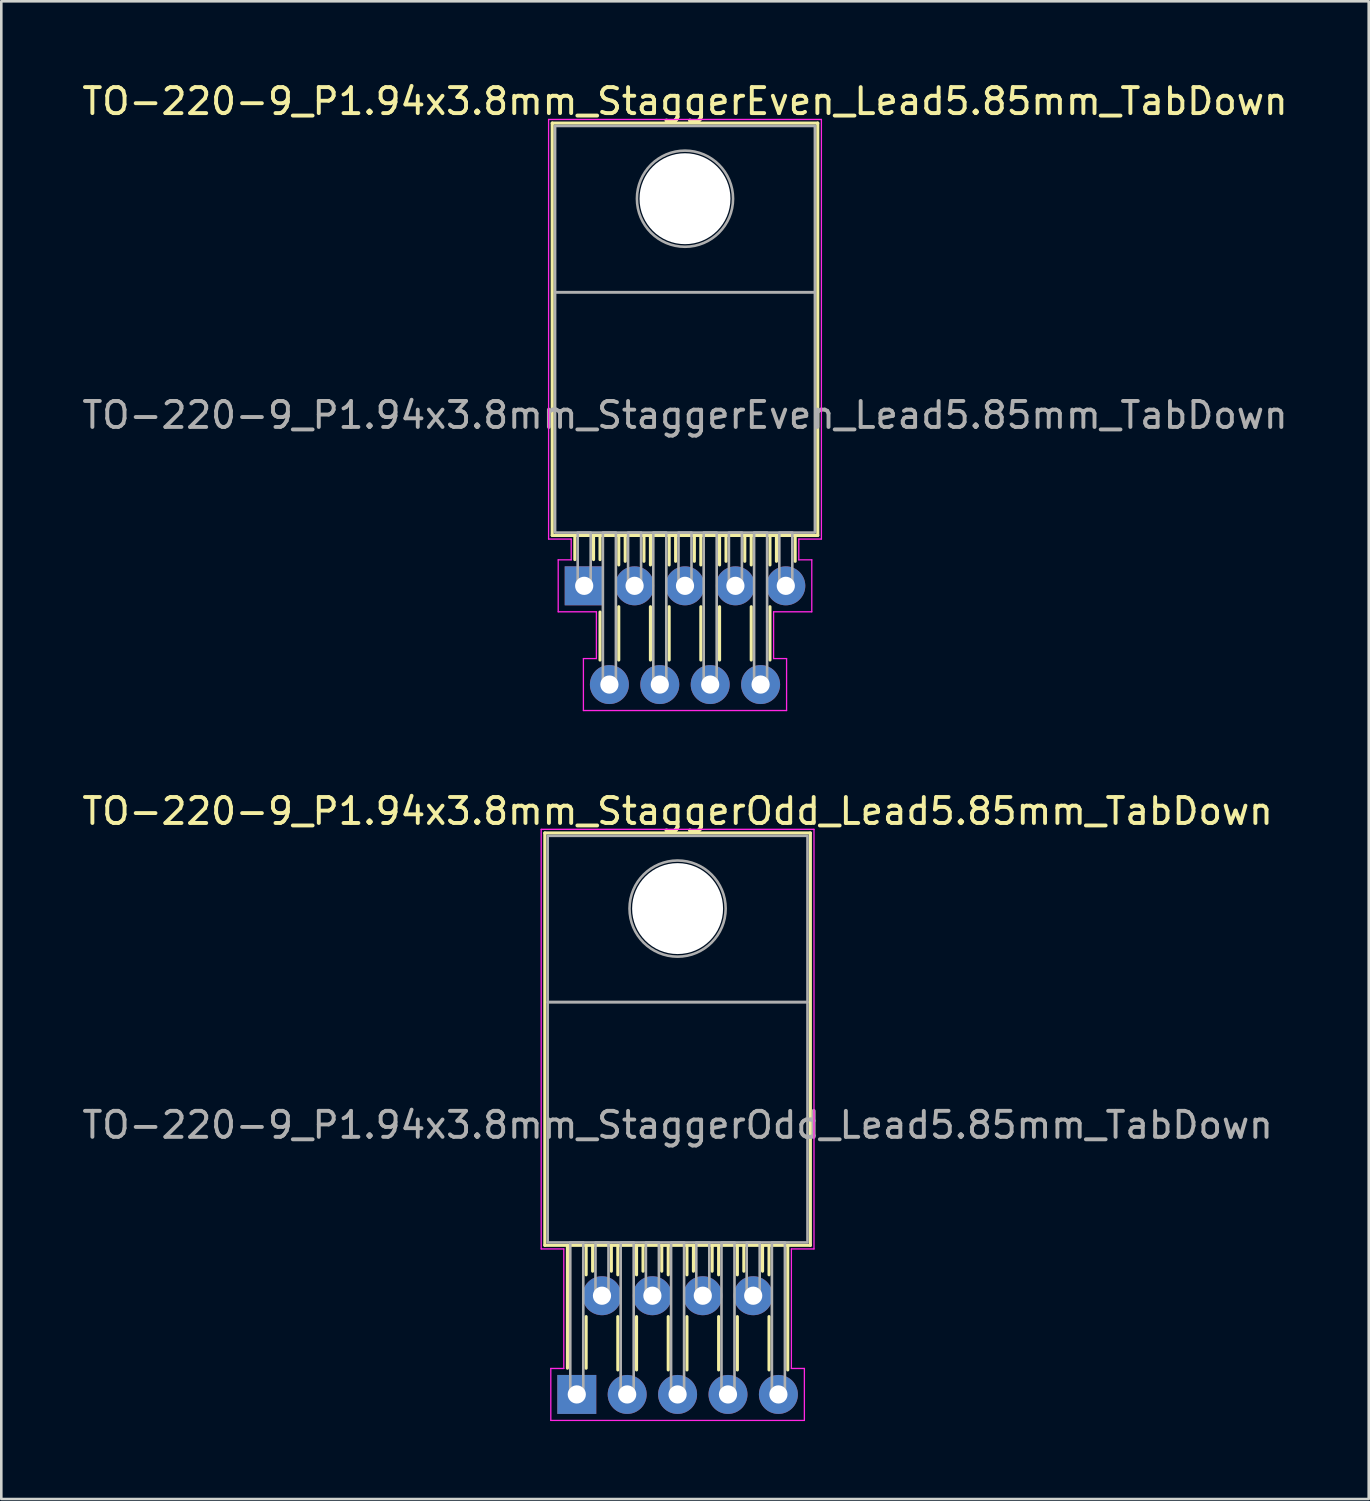
<source format=kicad_pcb>
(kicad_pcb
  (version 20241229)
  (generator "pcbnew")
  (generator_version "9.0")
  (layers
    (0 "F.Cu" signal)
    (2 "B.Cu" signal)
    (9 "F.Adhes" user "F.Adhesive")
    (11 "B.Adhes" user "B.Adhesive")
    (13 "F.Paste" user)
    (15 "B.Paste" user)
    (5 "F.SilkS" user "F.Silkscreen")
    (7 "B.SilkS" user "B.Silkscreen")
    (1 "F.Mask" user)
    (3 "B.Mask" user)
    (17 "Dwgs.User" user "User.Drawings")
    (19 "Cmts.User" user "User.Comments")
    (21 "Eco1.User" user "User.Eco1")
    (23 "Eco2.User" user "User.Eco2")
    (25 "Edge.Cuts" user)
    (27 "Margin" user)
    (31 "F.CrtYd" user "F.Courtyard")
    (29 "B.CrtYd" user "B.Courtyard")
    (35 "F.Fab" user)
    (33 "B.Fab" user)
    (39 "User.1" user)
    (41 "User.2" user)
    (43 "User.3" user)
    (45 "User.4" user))
  (footprint "TO-220-9_P1.94x3.8mm_StaggerEven_Lead5.85mm_TabDown"
    (layer "F.Cu")
    (at 19.435 19.498)
    (property "Reference" "TO-220-9_P1.94x3.8mm_StaggerEven_Lead5.85mm_TabDown" (at 3.88 -18.65 0) (layer "F.SilkS") (effects (font (size 1 1) (thickness 0.15))))
    (attr through_hole)
    (fp_line (start -1.23 -17.81) (end 8.99 -17.81) (stroke (width 0.12) (type solid)) (layer "F.SilkS"))
    (fp_line (start -1.23 -1.94) (end -1.23 -17.81) (stroke (width 0.12) (type solid)) (layer "F.SilkS"))
    (fp_line (start -1.23 -1.94) (end 8.99 -1.94) (stroke (width 0.12) (type solid)) (layer "F.SilkS"))
    (fp_line (start -0.36 -1.94) (end -0.36 -1.01) (stroke (width 0.12) (type solid)) (layer "F.SilkS"))
    (fp_line (start 0.36 -1.94) (end 0.36 -1.01) (stroke (width 0.12) (type solid)) (layer "F.SilkS"))
    (fp_line (start 0.61 -1.94) (end 0.61 -1.01) (stroke (width 0.12) (type solid)) (layer "F.SilkS"))
    (fp_line (start 0.61 1.01) (end 0.61 2.856) (stroke (width 0.12) (type solid)) (layer "F.SilkS"))
    (fp_line (start 1.33 -1.94) (end 1.33 -0.805) (stroke (width 0.12) (type solid)) (layer "F.SilkS"))
    (fp_line (start 1.33 0.805) (end 1.33 2.856) (stroke (width 0.12) (type solid)) (layer "F.SilkS"))
    (fp_line (start 1.58 -1.94) (end 1.58 -0.944) (stroke (width 0.12) (type solid)) (layer "F.SilkS"))
    (fp_line (start 2.3 -1.94) (end 2.3 -0.944) (stroke (width 0.12) (type solid)) (layer "F.SilkS"))
    (fp_line (start 2.55 -1.94) (end 2.55 -0.805) (stroke (width 0.12) (type solid)) (layer "F.SilkS"))
    (fp_line (start 2.55 0.805) (end 2.55 2.856) (stroke (width 0.12) (type solid)) (layer "F.SilkS"))
    (fp_line (start 3.27 -1.94) (end 3.27 -0.805) (stroke (width 0.12) (type solid)) (layer "F.SilkS"))
    (fp_line (start 3.27 0.805) (end 3.27 2.856) (stroke (width 0.12) (type solid)) (layer "F.SilkS"))
    (fp_line (start 3.52 -1.94) (end 3.52 -0.944) (stroke (width 0.12) (type solid)) (layer "F.SilkS"))
    (fp_line (start 4.24 -1.94) (end 4.24 -0.944) (stroke (width 0.12) (type solid)) (layer "F.SilkS"))
    (fp_line (start 4.49 -1.94) (end 4.49 -0.805) (stroke (width 0.12) (type solid)) (layer "F.SilkS"))
    (fp_line (start 4.49 0.805) (end 4.49 2.856) (stroke (width 0.12) (type solid)) (layer "F.SilkS"))
    (fp_line (start 5.21 -1.94) (end 5.21 -0.805) (stroke (width 0.12) (type solid)) (layer "F.SilkS"))
    (fp_line (start 5.21 0.805) (end 5.21 2.856) (stroke (width 0.12) (type solid)) (layer "F.SilkS"))
    (fp_line (start 5.46 -1.94) (end 5.46 -0.944) (stroke (width 0.12) (type solid)) (layer "F.SilkS"))
    (fp_line (start 6.18 -1.94) (end 6.18 -0.944) (stroke (width 0.12) (type solid)) (layer "F.SilkS"))
    (fp_line (start 6.43 -1.94) (end 6.43 -0.805) (stroke (width 0.12) (type solid)) (layer "F.SilkS"))
    (fp_line (start 6.43 0.805) (end 6.43 2.856) (stroke (width 0.12) (type solid)) (layer "F.SilkS"))
    (fp_line (start 7.15 -1.94) (end 7.15 -0.805) (stroke (width 0.12) (type solid)) (layer "F.SilkS"))
    (fp_line (start 7.15 0.805) (end 7.15 2.856) (stroke (width 0.12) (type solid)) (layer "F.SilkS"))
    (fp_line (start 7.4 -1.94) (end 7.4 -0.944) (stroke (width 0.12) (type solid)) (layer "F.SilkS"))
    (fp_line (start 8.12 -1.94) (end 8.12 -0.944) (stroke (width 0.12) (type solid)) (layer "F.SilkS"))
    (fp_line (start 8.99 -1.94) (end 8.99 -17.81) (stroke (width 0.12) (type solid)) (layer "F.SilkS"))
    (fp_line (start -1.37 -17.95) (end 9.13 -17.95) (stroke (width 0.05) (type solid)) (layer "F.CrtYd"))
    (fp_line (start -1.37 -1.8) (end -1.37 -17.95) (stroke (width 0.05) (type solid)) (layer "F.CrtYd"))
    (fp_line (start -1 -1) (end -0.5 -1) (stroke (width 0.05) (type solid)) (layer "F.CrtYd"))
    (fp_line (start -1 1) (end -1 -1) (stroke (width 0.05) (type solid)) (layer "F.CrtYd"))
    (fp_line (start -0.5 -1.8) (end -1.37 -1.8) (stroke (width 0.05) (type solid)) (layer "F.CrtYd"))
    (fp_line (start -0.5 -1) (end -0.5 -1.8) (stroke (width 0.05) (type solid)) (layer "F.CrtYd"))
    (fp_line (start -0.03 2.8) (end 0.47 2.8) (stroke (width 0.05) (type solid)) (layer "F.CrtYd"))
    (fp_line (start -0.03 4.8) (end -0.03 2.8) (stroke (width 0.05) (type solid)) (layer "F.CrtYd"))
    (fp_line (start 0.47 1) (end -1 1) (stroke (width 0.05) (type solid)) (layer "F.CrtYd"))
    (fp_line (start 0.47 2.8) (end 0.47 1) (stroke (width 0.05) (type solid)) (layer "F.CrtYd"))
    (fp_line (start 7.29 1) (end 7.29 2.8) (stroke (width 0.05) (type solid)) (layer "F.CrtYd"))
    (fp_line (start 7.29 2.8) (end 7.79 2.8) (stroke (width 0.05) (type solid)) (layer "F.CrtYd"))
    (fp_line (start 7.79 2.8) (end 7.79 4.8) (stroke (width 0.05) (type solid)) (layer "F.CrtYd"))
    (fp_line (start 7.79 4.8) (end -0.03 4.8) (stroke (width 0.05) (type solid)) (layer "F.CrtYd"))
    (fp_line (start 8.26 -1.8) (end 8.26 -1) (stroke (width 0.05) (type solid)) (layer "F.CrtYd"))
    (fp_line (start 8.26 -1) (end 8.76 -1) (stroke (width 0.05) (type solid)) (layer "F.CrtYd"))
    (fp_line (start 8.76 -1) (end 8.76 1) (stroke (width 0.05) (type solid)) (layer "F.CrtYd"))
    (fp_line (start 8.76 1) (end 7.29 1) (stroke (width 0.05) (type solid)) (layer "F.CrtYd"))
    (fp_line (start 9.13 -17.95) (end 9.13 -1.8) (stroke (width 0.05) (type solid)) (layer "F.CrtYd"))
    (fp_line (start 9.13 -1.8) (end 8.26 -1.8) (stroke (width 0.05) (type solid)) (layer "F.CrtYd"))
    (fp_rect (start -1.12 -17.7) (end 8.88 -11.3) (stroke (width 0.1) (type solid)) (fill no) (layer "F.Fab"))
    (fp_rect (start -1.12 -11.3) (end 8.88 -2.05) (stroke (width 0.1) (type solid)) (fill no) (layer "F.Fab"))
    (fp_rect (start -0.25 -2.05) (end 0.25 0) (stroke (width 0.1) (type solid)) (fill no) (layer "F.Fab"))
    (fp_rect (start 0.72 -2.05) (end 1.22 3.8) (stroke (width 0.1) (type solid)) (fill no) (layer "F.Fab"))
    (fp_rect (start 1.69 -2.05) (end 2.19 0) (stroke (width 0.1) (type solid)) (fill no) (layer "F.Fab"))
    (fp_rect (start 2.66 -2.05) (end 3.16 3.8) (stroke (width 0.1) (type solid)) (fill no) (layer "F.Fab"))
    (fp_rect (start 3.63 -2.05) (end 4.13 0) (stroke (width 0.1) (type solid)) (fill no) (layer "F.Fab"))
    (fp_rect (start 4.6 -2.05) (end 5.1 3.8) (stroke (width 0.1) (type solid)) (fill no) (layer "F.Fab"))
    (fp_rect (start 5.57 -2.05) (end 6.07 0) (stroke (width 0.1) (type solid)) (fill no) (layer "F.Fab"))
    (fp_rect (start 6.54 -2.05) (end 7.04 3.8) (stroke (width 0.1) (type solid)) (fill no) (layer "F.Fab"))
    (fp_rect (start 7.51 -2.05) (end 8.01 0) (stroke (width 0.1) (type solid)) (fill no) (layer "F.Fab"))
    (fp_circle (center 3.88 -14.9) (end 5.73 -14.9) (stroke (width 0.1) (type solid)) (fill no) (layer "F.Fab"))
    (fp_text user "${REFERENCE}" (at 3.88 -6.57 0) (layer "F.Fab") (effects (font (size 1 1) (thickness 0.15))))
    (pad "" np_thru_hole circle (at 3.88 -14.9) (size 3.5 3.5) (drill 3.5) (layers "*.Cu" "*.Mask"))
    (pad "1" thru_hole rect (at 0 0) (size 1.5 1.5) (drill 0.7) (layers "*.Cu" "*.Mask"))
    (pad "2" thru_hole circle (at 0.97 3.8) (size 1.5 1.5) (drill 0.7) (layers "*.Cu" "*.Mask"))
    (pad "3" thru_hole circle (at 1.94 0) (size 1.5 1.5) (drill 0.7) (layers "*.Cu" "*.Mask"))
    (pad "4" thru_hole circle (at 2.91 3.8) (size 1.5 1.5) (drill 0.7) (layers "*.Cu" "*.Mask"))
    (pad "5" thru_hole circle (at 3.88 0) (size 1.5 1.5) (drill 0.7) (layers "*.Cu" "*.Mask"))
    (pad "6" thru_hole circle (at 4.85 3.8) (size 1.5 1.5) (drill 0.7) (layers "*.Cu" "*.Mask"))
    (pad "7" thru_hole circle (at 5.82 0) (size 1.5 1.5) (drill 0.7) (layers "*.Cu" "*.Mask"))
    (pad "8" thru_hole circle (at 6.79 3.8) (size 1.5 1.5) (drill 0.7) (layers "*.Cu" "*.Mask"))
    (pad "9" thru_hole circle (at 7.76 0) (size 1.5 1.5) (drill 0.7) (layers "*.Cu" "*.Mask")))
  (footprint "TO-220-9_P1.94x3.8mm_StaggerOdd_Lead5.85mm_TabDown"
    (layer "F.Cu")
    (at 19.15 50.621)
    (property "Reference" "TO-220-9_P1.94x3.8mm_StaggerOdd_Lead5.85mm_TabDown" (at 3.88 -22.45 0) (layer "F.SilkS") (effects (font (size 1 1) (thickness 0.15))))
    (attr through_hole)
    (fp_line (start -1.23 -21.61) (end 8.99 -21.61) (stroke (width 0.12) (type solid)) (layer "F.SilkS"))
    (fp_line (start -1.23 -5.74) (end -1.23 -21.61) (stroke (width 0.12) (type solid)) (layer "F.SilkS"))
    (fp_line (start -1.23 -5.74) (end 8.99 -5.74) (stroke (width 0.12) (type solid)) (layer "F.SilkS"))
    (fp_line (start -0.36 -5.74) (end -0.36 -1.01) (stroke (width 0.12) (type solid)) (layer "F.SilkS"))
    (fp_line (start 0.36 -5.74) (end 0.36 -4.605) (stroke (width 0.12) (type solid)) (layer "F.SilkS"))
    (fp_line (start 0.36 -2.995) (end 0.36 -1.01) (stroke (width 0.12) (type solid)) (layer "F.SilkS"))
    (fp_line (start 0.61 -5.74) (end 0.61 -4.744) (stroke (width 0.12) (type solid)) (layer "F.SilkS"))
    (fp_line (start 1.33 -5.74) (end 1.33 -4.744) (stroke (width 0.12) (type solid)) (layer "F.SilkS"))
    (fp_line (start 1.58 -5.74) (end 1.58 -4.605) (stroke (width 0.12) (type solid)) (layer "F.SilkS"))
    (fp_line (start 1.58 -2.995) (end 1.58 -0.944) (stroke (width 0.12) (type solid)) (layer "F.SilkS"))
    (fp_line (start 2.3 -5.74) (end 2.3 -4.605) (stroke (width 0.12) (type solid)) (layer "F.SilkS"))
    (fp_line (start 2.3 -2.995) (end 2.3 -0.944) (stroke (width 0.12) (type solid)) (layer "F.SilkS"))
    (fp_line (start 2.55 -5.74) (end 2.55 -4.744) (stroke (width 0.12) (type solid)) (layer "F.SilkS"))
    (fp_line (start 3.27 -5.74) (end 3.27 -4.744) (stroke (width 0.12) (type solid)) (layer "F.SilkS"))
    (fp_line (start 3.52 -5.74) (end 3.52 -4.605) (stroke (width 0.12) (type solid)) (layer "F.SilkS"))
    (fp_line (start 3.52 -2.995) (end 3.52 -0.944) (stroke (width 0.12) (type solid)) (layer "F.SilkS"))
    (fp_line (start 4.24 -5.74) (end 4.24 -4.605) (stroke (width 0.12) (type solid)) (layer "F.SilkS"))
    (fp_line (start 4.24 -2.995) (end 4.24 -0.944) (stroke (width 0.12) (type solid)) (layer "F.SilkS"))
    (fp_line (start 4.49 -5.74) (end 4.49 -4.744) (stroke (width 0.12) (type solid)) (layer "F.SilkS"))
    (fp_line (start 5.21 -5.74) (end 5.21 -4.744) (stroke (width 0.12) (type solid)) (layer "F.SilkS"))
    (fp_line (start 5.46 -5.74) (end 5.46 -4.605) (stroke (width 0.12) (type solid)) (layer "F.SilkS"))
    (fp_line (start 5.46 -2.995) (end 5.46 -0.944) (stroke (width 0.12) (type solid)) (layer "F.SilkS"))
    (fp_line (start 6.18 -5.74) (end 6.18 -4.605) (stroke (width 0.12) (type solid)) (layer "F.SilkS"))
    (fp_line (start 6.18 -2.995) (end 6.18 -0.944) (stroke (width 0.12) (type solid)) (layer "F.SilkS"))
    (fp_line (start 6.43 -5.74) (end 6.43 -4.744) (stroke (width 0.12) (type solid)) (layer "F.SilkS"))
    (fp_line (start 7.15 -5.74) (end 7.15 -4.744) (stroke (width 0.12) (type solid)) (layer "F.SilkS"))
    (fp_line (start 7.4 -5.74) (end 7.4 -4.605) (stroke (width 0.12) (type solid)) (layer "F.SilkS"))
    (fp_line (start 7.4 -2.995) (end 7.4 -0.944) (stroke (width 0.12) (type solid)) (layer "F.SilkS"))
    (fp_line (start 8.12 -5.74) (end 8.12 -0.944) (stroke (width 0.12) (type solid)) (layer "F.SilkS"))
    (fp_line (start 8.99 -5.74) (end 8.99 -21.61) (stroke (width 0.12) (type solid)) (layer "F.SilkS"))
    (fp_line (start -1.37 -21.75) (end 9.13 -21.75) (stroke (width 0.05) (type solid)) (layer "F.CrtYd"))
    (fp_line (start -1.37 -5.6) (end -1.37 -21.75) (stroke (width 0.05) (type solid)) (layer "F.CrtYd"))
    (fp_line (start -1 -1) (end -0.5 -1) (stroke (width 0.05) (type solid)) (layer "F.CrtYd"))
    (fp_line (start -1 1) (end -1 -1) (stroke (width 0.05) (type solid)) (layer "F.CrtYd"))
    (fp_line (start -0.5 -5.6) (end -1.37 -5.6) (stroke (width 0.05) (type solid)) (layer "F.CrtYd"))
    (fp_line (start -0.5 -1) (end -0.5 -5.6) (stroke (width 0.05) (type solid)) (layer "F.CrtYd"))
    (fp_line (start 8.26 -5.6) (end 8.26 -1) (stroke (width 0.05) (type solid)) (layer "F.CrtYd"))
    (fp_line (start 8.26 -1) (end 8.76 -1) (stroke (width 0.05) (type solid)) (layer "F.CrtYd"))
    (fp_line (start 8.76 -1) (end 8.76 1) (stroke (width 0.05) (type solid)) (layer "F.CrtYd"))
    (fp_line (start 8.76 1) (end -1 1) (stroke (width 0.05) (type solid)) (layer "F.CrtYd"))
    (fp_line (start 9.13 -21.75) (end 9.13 -5.6) (stroke (width 0.05) (type solid)) (layer "F.CrtYd"))
    (fp_line (start 9.13 -5.6) (end 8.26 -5.6) (stroke (width 0.05) (type solid)) (layer "F.CrtYd"))
    (fp_rect (start -1.12 -21.5) (end 8.88 -15.1) (stroke (width 0.1) (type solid)) (fill no) (layer "F.Fab"))
    (fp_rect (start -1.12 -15.1) (end 8.88 -5.85) (stroke (width 0.1) (type solid)) (fill no) (layer "F.Fab"))
    (fp_rect (start -0.25 -5.85) (end 0.25 0) (stroke (width 0.1) (type solid)) (fill no) (layer "F.Fab"))
    (fp_rect (start 0.72 -5.85) (end 1.22 -3.8) (stroke (width 0.1) (type solid)) (fill no) (layer "F.Fab"))
    (fp_rect (start 1.69 -5.85) (end 2.19 0) (stroke (width 0.1) (type solid)) (fill no) (layer "F.Fab"))
    (fp_rect (start 2.66 -5.85) (end 3.16 -3.8) (stroke (width 0.1) (type solid)) (fill no) (layer "F.Fab"))
    (fp_rect (start 3.63 -5.85) (end 4.13 0) (stroke (width 0.1) (type solid)) (fill no) (layer "F.Fab"))
    (fp_rect (start 4.6 -5.85) (end 5.1 -3.8) (stroke (width 0.1) (type solid)) (fill no) (layer "F.Fab"))
    (fp_rect (start 5.57 -5.85) (end 6.07 0) (stroke (width 0.1) (type solid)) (fill no) (layer "F.Fab"))
    (fp_rect (start 6.54 -5.85) (end 7.04 -3.8) (stroke (width 0.1) (type solid)) (fill no) (layer "F.Fab"))
    (fp_rect (start 7.51 -5.85) (end 8.01 0) (stroke (width 0.1) (type solid)) (fill no) (layer "F.Fab"))
    (fp_circle (center 3.88 -18.7) (end 5.73 -18.7) (stroke (width 0.1) (type solid)) (fill no) (layer "F.Fab"))
    (fp_text user "${REFERENCE}" (at 3.88 -10.37 0) (layer "F.Fab") (effects (font (size 1 1) (thickness 0.15))))
    (pad "" np_thru_hole circle (at 3.88 -18.7) (size 3.5 3.5) (drill 3.5) (layers "*.Cu" "*.Mask"))
    (pad "1" thru_hole rect (at 0 0) (size 1.5 1.5) (drill 0.7) (layers "*.Cu" "*.Mask"))
    (pad "2" thru_hole circle (at 0.97 -3.8) (size 1.5 1.5) (drill 0.7) (layers "*.Cu" "*.Mask"))
    (pad "3" thru_hole circle (at 1.94 0) (size 1.5 1.5) (drill 0.7) (layers "*.Cu" "*.Mask"))
    (pad "4" thru_hole circle (at 2.91 -3.8) (size 1.5 1.5) (drill 0.7) (layers "*.Cu" "*.Mask"))
    (pad "5" thru_hole circle (at 3.88 0) (size 1.5 1.5) (drill 0.7) (layers "*.Cu" "*.Mask"))
    (pad "6" thru_hole circle (at 4.85 -3.8) (size 1.5 1.5) (drill 0.7) (layers "*.Cu" "*.Mask"))
    (pad "7" thru_hole circle (at 5.82 0) (size 1.5 1.5) (drill 0.7) (layers "*.Cu" "*.Mask"))
    (pad "8" thru_hole circle (at 6.79 -3.8) (size 1.5 1.5) (drill 0.7) (layers "*.Cu" "*.Mask"))
    (pad "9" thru_hole circle (at 7.76 0) (size 1.5 1.5) (drill 0.7) (layers "*.Cu" "*.Mask")))
  (gr_rect
    (start -3 -3)
    (end 49.631 54.647)
    (stroke (width 0.1) (type default))
    (fill no)
    (layer "Edge.Cuts")))
</source>
